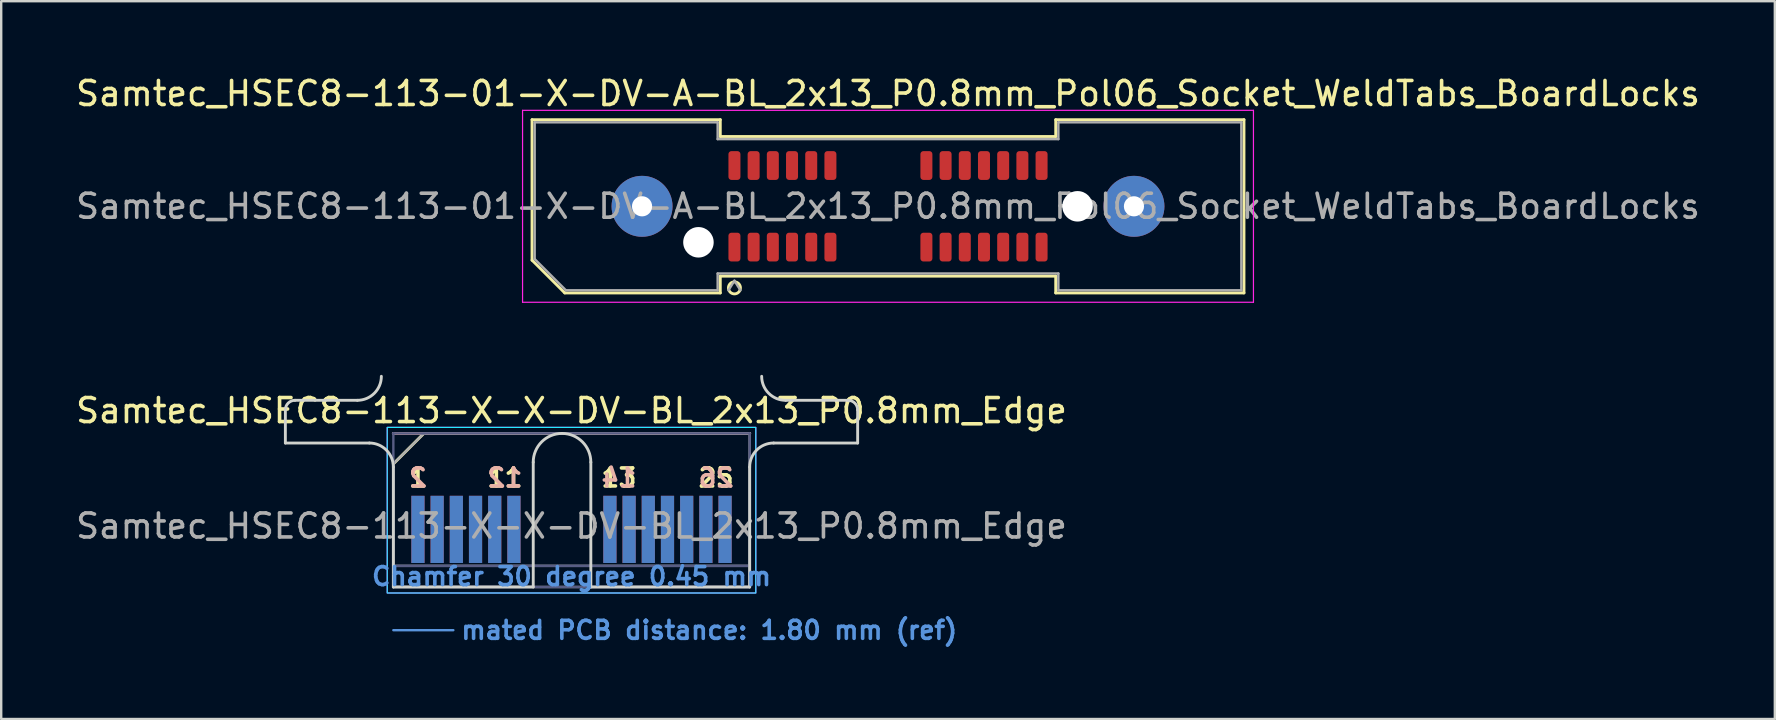
<source format=kicad_pcb>
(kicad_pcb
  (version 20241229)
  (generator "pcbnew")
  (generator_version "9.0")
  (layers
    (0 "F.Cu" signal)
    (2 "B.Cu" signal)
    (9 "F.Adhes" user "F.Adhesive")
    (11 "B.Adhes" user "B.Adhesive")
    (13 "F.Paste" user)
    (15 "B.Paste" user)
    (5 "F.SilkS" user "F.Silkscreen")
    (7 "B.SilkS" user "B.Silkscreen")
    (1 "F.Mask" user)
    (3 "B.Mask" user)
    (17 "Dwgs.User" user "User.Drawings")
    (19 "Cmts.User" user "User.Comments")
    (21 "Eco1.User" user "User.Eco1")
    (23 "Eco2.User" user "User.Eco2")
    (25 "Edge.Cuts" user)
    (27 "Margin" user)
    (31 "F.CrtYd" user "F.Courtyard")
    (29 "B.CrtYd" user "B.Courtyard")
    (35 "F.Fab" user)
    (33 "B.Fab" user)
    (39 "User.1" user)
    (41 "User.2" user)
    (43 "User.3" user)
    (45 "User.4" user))
  (footprint "Samtec_HSEC8-113-01-X-DV-A-BL_2x13_P0.8mm_Pol06_Socket_WeldTabs_BoardLocks"
    (layer "F.Cu")
    (at 33.958 5.548)
    (property "Reference" "Samtec_HSEC8-113-01-X-DV-A-BL_2x13_P0.8mm_Pol06_Socket_WeldTabs_BoardLocks" (at 0 -4.7 0) (layer "F.SilkS") (effects (font (size 1 1) (thickness 0.15))))
    (attr smd)
    (fp_line (start -14.835 -3.61) (end -6.99 -3.61) (stroke (width 0.12) (type solid)) (layer "F.SilkS"))
    (fp_line (start -14.835 2.246) (end -14.835 -3.61) (stroke (width 0.12) (type solid)) (layer "F.SilkS"))
    (fp_line (start -13.471 3.61) (end -14.835 2.246) (stroke (width 0.12) (type solid)) (layer "F.SilkS"))
    (fp_line (start -6.99 -3.61) (end -6.99 -2.91) (stroke (width 0.12) (type solid)) (layer "F.SilkS"))
    (fp_line (start -6.99 -2.91) (end 6.99 -2.91) (stroke (width 0.12) (type solid)) (layer "F.SilkS"))
    (fp_line (start -6.99 2.91) (end -6.99 3.61) (stroke (width 0.12) (type solid)) (layer "F.SilkS"))
    (fp_line (start -6.99 3.61) (end -13.471 3.61) (stroke (width 0.12) (type solid)) (layer "F.SilkS"))
    (fp_line (start 6.99 -3.61) (end 14.835 -3.61) (stroke (width 0.12) (type solid)) (layer "F.SilkS"))
    (fp_line (start 6.99 -2.91) (end 6.99 -3.61) (stroke (width 0.12) (type solid)) (layer "F.SilkS"))
    (fp_line (start 6.99 2.91) (end -6.99 2.91) (stroke (width 0.12) (type solid)) (layer "F.SilkS"))
    (fp_line (start 6.99 3.61) (end 6.99 2.91) (stroke (width 0.12) (type solid)) (layer "F.SilkS"))
    (fp_line (start 14.835 -3.61) (end 14.835 3.61) (stroke (width 0.12) (type solid)) (layer "F.SilkS"))
    (fp_line (start 14.835 3.61) (end 6.99 3.61) (stroke (width 0.12) (type solid)) (layer "F.SilkS"))
    (fp_circle (center -6.4 3.4) (end -6.15 3.4) (stroke (width 0.12) (type solid)) (fill no) (layer "F.SilkS"))
    (fp_line (start -15.23 -4) (end -15.23 4) (stroke (width 0.05) (type solid)) (layer "F.CrtYd"))
    (fp_line (start -15.23 4) (end 15.23 4) (stroke (width 0.05) (type solid)) (layer "F.CrtYd"))
    (fp_line (start 15.23 -4) (end -15.23 -4) (stroke (width 0.05) (type solid)) (layer "F.CrtYd"))
    (fp_line (start 15.23 4) (end 15.23 -4) (stroke (width 0.05) (type solid)) (layer "F.CrtYd"))
    (fp_line (start -14.725 -3.5) (end -7.1 -3.5) (stroke (width 0.1) (type solid)) (layer "F.Fab"))
    (fp_line (start -14.725 2.2) (end -14.725 -3.5) (stroke (width 0.1) (type solid)) (layer "F.Fab"))
    (fp_line (start -13.425 3.5) (end -14.725 2.2) (stroke (width 0.1) (type solid)) (layer "F.Fab"))
    (fp_line (start -7.1 -3.5) (end -7.1 -2.8) (stroke (width 0.1) (type solid)) (layer "F.Fab"))
    (fp_line (start -7.1 -2.8) (end 7.1 -2.8) (stroke (width 0.1) (type solid)) (layer "F.Fab"))
    (fp_line (start -7.1 2.8) (end -7.1 3.5) (stroke (width 0.1) (type solid)) (layer "F.Fab"))
    (fp_line (start -7.1 3.5) (end -13.425 3.5) (stroke (width 0.1) (type solid)) (layer "F.Fab"))
    (fp_line (start -6.4 3.1) (end -6.65 3.5) (stroke (width 0.1) (type solid)) (layer "F.Fab"))
    (fp_line (start -6.4 3.1) (end -6.15 3.5) (stroke (width 0.1) (type solid)) (layer "F.Fab"))
    (fp_line (start 7.1 -3.5) (end 14.725 -3.5) (stroke (width 0.1) (type solid)) (layer "F.Fab"))
    (fp_line (start 7.1 -2.8) (end 7.1 -3.5) (stroke (width 0.1) (type solid)) (layer "F.Fab"))
    (fp_line (start 7.1 2.8) (end -7.1 2.8) (stroke (width 0.1) (type solid)) (layer "F.Fab"))
    (fp_line (start 7.1 3.5) (end 7.1 2.8) (stroke (width 0.1) (type solid)) (layer "F.Fab"))
    (fp_line (start 14.725 -3.5) (end 14.725 3.5) (stroke (width 0.1) (type solid)) (layer "F.Fab"))
    (fp_line (start 14.725 3.5) (end 7.1 3.5) (stroke (width 0.1) (type solid)) (layer "F.Fab"))
    (fp_text user "${REFERENCE}" (at 0 0 0) (layer "F.Fab") (effects (font (size 1 1) (thickness 0.15))))
    (pad "" thru_hole circle (at -10.25 0) (size 2.54 2.54) (drill 0.84) (layers "*.Cu" "*.Mask" "F.Paste"))
    (pad "" np_thru_hole circle (at -7.9 1.5) (size 1.27 1.27) (drill 1.27) (layers "*.Cu" "*.Mask"))
    (pad "" np_thru_hole circle (at 7.9 0) (size 1.27 1.27) (drill 1.27) (layers "*.Cu" "*.Mask"))
    (pad "" thru_hole circle (at 10.25 0) (size 2.54 2.54) (drill 0.84) (layers "*.Cu" "*.Mask" "F.Paste"))
    (pad "1" smd roundrect (at -6.4 1.7) (size 0.5 1.2) (layers "F.Cu" "F.Mask" "F.Paste") (roundrect_rratio 0.25))
    (pad "2" smd roundrect (at -6.4 -1.7) (size 0.5 1.2) (layers "F.Cu" "F.Mask" "F.Paste") (roundrect_rratio 0.25))
    (pad "3" smd roundrect (at -5.6 1.7) (size 0.5 1.2) (layers "F.Cu" "F.Mask" "F.Paste") (roundrect_rratio 0.25))
    (pad "4" smd roundrect (at -5.6 -1.7) (size 0.5 1.2) (layers "F.Cu" "F.Mask" "F.Paste") (roundrect_rratio 0.25))
    (pad "5" smd roundrect (at -4.8 1.7) (size 0.5 1.2) (layers "F.Cu" "F.Mask" "F.Paste") (roundrect_rratio 0.25))
    (pad "6" smd roundrect (at -4.8 -1.7) (size 0.5 1.2) (layers "F.Cu" "F.Mask" "F.Paste") (roundrect_rratio 0.25))
    (pad "7" smd roundrect (at -4 1.7) (size 0.5 1.2) (layers "F.Cu" "F.Mask" "F.Paste") (roundrect_rratio 0.25))
    (pad "8" smd roundrect (at -4 -1.7) (size 0.5 1.2) (layers "F.Cu" "F.Mask" "F.Paste") (roundrect_rratio 0.25))
    (pad "9" smd roundrect (at -3.2 1.7) (size 0.5 1.2) (layers "F.Cu" "F.Mask" "F.Paste") (roundrect_rratio 0.25))
    (pad "10" smd roundrect (at -3.2 -1.7) (size 0.5 1.2) (layers "F.Cu" "F.Mask" "F.Paste") (roundrect_rratio 0.25))
    (pad "11" smd roundrect (at -2.4 1.7) (size 0.5 1.2) (layers "F.Cu" "F.Mask" "F.Paste") (roundrect_rratio 0.25))
    (pad "12" smd roundrect (at -2.4 -1.7) (size 0.5 1.2) (layers "F.Cu" "F.Mask" "F.Paste") (roundrect_rratio 0.25))
    (pad "13" smd roundrect (at 1.6 1.7) (size 0.5 1.2) (layers "F.Cu" "F.Mask" "F.Paste") (roundrect_rratio 0.25))
    (pad "14" smd roundrect (at 1.6 -1.7) (size 0.5 1.2) (layers "F.Cu" "F.Mask" "F.Paste") (roundrect_rratio 0.25))
    (pad "15" smd roundrect (at 2.4 1.7) (size 0.5 1.2) (layers "F.Cu" "F.Mask" "F.Paste") (roundrect_rratio 0.25))
    (pad "16" smd roundrect (at 2.4 -1.7) (size 0.5 1.2) (layers "F.Cu" "F.Mask" "F.Paste") (roundrect_rratio 0.25))
    (pad "17" smd roundrect (at 3.2 1.7) (size 0.5 1.2) (layers "F.Cu" "F.Mask" "F.Paste") (roundrect_rratio 0.25))
    (pad "18" smd roundrect (at 3.2 -1.7) (size 0.5 1.2) (layers "F.Cu" "F.Mask" "F.Paste") (roundrect_rratio 0.25))
    (pad "19" smd roundrect (at 4 1.7) (size 0.5 1.2) (layers "F.Cu" "F.Mask" "F.Paste") (roundrect_rratio 0.25))
    (pad "20" smd roundrect (at 4 -1.7) (size 0.5 1.2) (layers "F.Cu" "F.Mask" "F.Paste") (roundrect_rratio 0.25))
    (pad "21" smd roundrect (at 4.8 1.7) (size 0.5 1.2) (layers "F.Cu" "F.Mask" "F.Paste") (roundrect_rratio 0.25))
    (pad "22" smd roundrect (at 4.8 -1.7) (size 0.5 1.2) (layers "F.Cu" "F.Mask" "F.Paste") (roundrect_rratio 0.25))
    (pad "23" smd roundrect (at 5.6 1.7) (size 0.5 1.2) (layers "F.Cu" "F.Mask" "F.Paste") (roundrect_rratio 0.25))
    (pad "24" smd roundrect (at 5.6 -1.7) (size 0.5 1.2) (layers "F.Cu" "F.Mask" "F.Paste") (roundrect_rratio 0.25))
    (pad "25" smd roundrect (at 6.4 1.7) (size 0.5 1.2) (layers "F.Cu" "F.Mask" "F.Paste") (roundrect_rratio 0.25))
    (pad "26" smd roundrect (at 6.4 -1.7) (size 0.5 1.2) (layers "F.Cu" "F.Mask" "F.Paste") (roundrect_rratio 0.25)))
  (footprint "Samtec_HSEC8-113-X-X-DV-BL_2x13_P0.8mm_Edge"
    (layer "F.Cu")
    (at 20.768 21.413)
    (property "Reference" "Samtec_HSEC8-113-X-X-DV-BL_2x13_P0.8mm_Edge" (at 0 -7.35 0) (layer "F.SilkS") (effects (font (size 1 1) (thickness 0.15))))
    (attr exclude_from_pos_files exclude_from_bom)
    (fp_line (start -7.425 -5.13) (end -6.155 -6.4) (stroke (width 0.12) (type solid)) (layer "F.SilkS"))
    (fp_line (start -6.155 -6.4) (end 7.425 -6.4) (stroke (width 0.12) (type solid)) (layer "F.SilkS"))
    (fp_line (start -7.425 -6.4) (end -7.425 -6.4) (stroke (width 0.12) (type solid)) (layer "B.SilkS"))
    (fp_line (start -7.425 -6.4) (end 7.425 -6.4) (stroke (width 0.12) (type solid)) (layer "B.SilkS"))
    (fp_line (start -7.425 1.8) (end -4.925 1.8) (stroke (width 0.1) (type solid)) (layer "Cmts.User"))
    (fp_line (start -11.925 -6) (end -11.925 -7.38) (stroke (width 0.12) (type solid)) (layer "Edge.Cuts"))
    (fp_line (start -11.525 -7.78) (end -8.925 -7.78) (stroke (width 0.12) (type solid)) (layer "Edge.Cuts"))
    (fp_line (start -8.425 -6) (end -11.925 -6) (stroke (width 0.12) (type solid)) (layer "Edge.Cuts"))
    (fp_line (start -7.425 -5) (end -7.425 0) (stroke (width 0.12) (type solid)) (layer "Edge.Cuts"))
    (fp_line (start -7.425 0) (end -1.595 0) (stroke (width 0.12) (type solid)) (layer "Edge.Cuts"))
    (fp_line (start -1.595 0) (end -1.595 -5.2) (stroke (width 0.12) (type solid)) (layer "Edge.Cuts"))
    (fp_line (start 0.805 -5.2) (end 0.805 0) (stroke (width 0.12) (type solid)) (layer "Edge.Cuts"))
    (fp_line (start 0.805 0) (end 7.425 0) (stroke (width 0.12) (type solid)) (layer "Edge.Cuts"))
    (fp_line (start 7.425 0) (end 7.425 -5) (stroke (width 0.12) (type solid)) (layer "Edge.Cuts"))
    (fp_line (start 8.425 -6) (end 11.925 -6) (stroke (width 0.12) (type solid)) (layer "Edge.Cuts"))
    (fp_line (start 11.525 -7.78) (end 8.925 -7.78) (stroke (width 0.12) (type solid)) (layer "Edge.Cuts"))
    (fp_line (start 11.925 -6) (end 11.925 -7.38) (stroke (width 0.12) (type solid)) (layer "Edge.Cuts"))
    (fp_arc (start -11.925 -7.38) (mid -11.807843 -7.662843) (end -11.525 -7.78) (stroke (width 0.12) (type solid)) (layer "Edge.Cuts"))
    (fp_arc (start -8.425 -6) (mid -7.717893 -5.707107) (end -7.425 -5) (stroke (width 0.12) (type solid)) (layer "Edge.Cuts"))
    (fp_arc (start -7.925 -8.78) (mid -8.217893 -8.072893) (end -8.925 -7.78) (stroke (width 0.12) (type solid)) (layer "Edge.Cuts"))
    (fp_arc (start -1.595 -5.2) (mid -0.395 -6.4) (end 0.805 -5.2) (stroke (width 0.12) (type solid)) (layer "Edge.Cuts"))
    (fp_arc (start 7.425 -5) (mid 7.717893 -5.707107) (end 8.425 -6) (stroke (width 0.12) (type solid)) (layer "Edge.Cuts"))
    (fp_arc (start 8.925 -7.78) (mid 8.217893 -8.072893) (end 7.925 -8.78) (stroke (width 0.12) (type solid)) (layer "Edge.Cuts"))
    (fp_arc (start 11.525 -7.78) (mid 11.807843 -7.662843) (end 11.925 -7.38) (stroke (width 0.12) (type solid)) (layer "Edge.Cuts"))
    (fp_rect (start -7.68 -6.65) (end 7.68 0.25) (stroke (width 0.05) (type solid)) (fill no) (layer "B.CrtYd"))
    (fp_rect (start -7.68 -6.65) (end 7.68 0.25) (stroke (width 0.05) (type solid)) (fill no) (layer "F.CrtYd"))
    (fp_line (start -7.425 -6.4) (end -7.425 -6.4) (stroke (width 0.1) (type solid)) (layer "B.Fab"))
    (fp_line (start -7.425 -6.4) (end -7.425 0) (stroke (width 0.1) (type solid)) (layer "B.Fab"))
    (fp_line (start -7.425 -6.4) (end 7.425 -6.4) (stroke (width 0.1) (type solid)) (layer "B.Fab"))
    (fp_line (start -7.425 -0.88) (end 7.425 -0.88) (stroke (width 0.1) (type solid)) (layer "B.Fab"))
    (fp_line (start -7.425 0) (end 7.425 0) (stroke (width 0.1) (type solid)) (layer "B.Fab"))
    (fp_line (start 7.425 -6.4) (end 7.425 0) (stroke (width 0.1) (type solid)) (layer "B.Fab"))
    (fp_line (start -7.425 -5.13) (end -7.425 0) (stroke (width 0.1) (type solid)) (layer "F.Fab"))
    (fp_line (start -7.425 -5.13) (end -6.155 -6.4) (stroke (width 0.1) (type solid)) (layer "F.Fab"))
    (fp_line (start -7.425 -0.88) (end 7.425 -0.88) (stroke (width 0.1) (type solid)) (layer "F.Fab"))
    (fp_line (start -7.425 0) (end 7.425 0) (stroke (width 0.1) (type solid)) (layer "F.Fab"))
    (fp_line (start -6.155 -6.4) (end 7.425 -6.4) (stroke (width 0.1) (type solid)) (layer "F.Fab"))
    (fp_line (start 7.425 -6.4) (end 7.425 0) (stroke (width 0.1) (type solid)) (layer "F.Fab"))
    (fp_text user "13" (at 1.975 -4.55 0) (layer "F.SilkS") (effects (font (size 0.75 0.75) (thickness 0.15))))
    (fp_text user "11" (at -2.775 -4.55 0) (layer "F.SilkS") (effects (font (size 0.75 0.75) (thickness 0.15))))
    (fp_text user "25" (at 6.025 -4.55 0) (layer "F.SilkS") (effects (font (size 0.75 0.75) (thickness 0.15))))
    (fp_text user "1" (at -6.4 -4.55 0) (layer "F.SilkS") (effects (font (size 0.75 0.75) (thickness 0.15))))
    (fp_text user "26" (at 6.025 -4.55 0) (layer "B.SilkS") (effects (font (size 0.75 0.75) (thickness 0.15)) (justify mirror)))
    (fp_text user "12" (at -2.775 -4.55 0) (layer "B.SilkS") (effects (font (size 0.75 0.75) (thickness 0.15)) (justify mirror)))
    (fp_text user "2" (at -6.4 -4.55 0) (layer "B.SilkS") (effects (font (size 0.75 0.75) (thickness 0.15)) (justify mirror)))
    (fp_text user "14" (at 1.975 -4.55 0) (layer "B.SilkS") (effects (font (size 0.75 0.75) (thickness 0.15)) (justify mirror)))
    (fp_text user "Chamfer 30 degree 0.45 mm" (at 0 -0.44 0) (layer "Cmts.User") (effects (font (size 0.75 0.75) (thickness 0.15))))
    (fp_text user "mated PCB distance: 1.80 mm (ref)" (at -4.68 1.8 0) (layer "Cmts.User") (effects (font (size 0.75 0.75) (thickness 0.15)) (justify left)))
    (fp_text user "${REFERENCE}" (at 0 -2.54 0) (layer "F.Fab") (effects (font (size 1 1) (thickness 0.15))))
    (pad "1" connect rect (at -6.4 -2.4) (size 0.55 2.8) (layers "F.Cu" "F.Mask"))
    (pad "2" connect rect (at -6.4 -2.4) (size 0.55 2.8) (layers "B.Cu" "B.Mask"))
    (pad "3" connect rect (at -5.6 -2.4) (size 0.55 2.8) (layers "F.Cu" "F.Mask"))
    (pad "4" connect rect (at -5.6 -2.4) (size 0.55 2.8) (layers "B.Cu" "B.Mask"))
    (pad "5" connect rect (at -4.8 -2.4) (size 0.55 2.8) (layers "F.Cu" "F.Mask"))
    (pad "6" connect rect (at -4.8 -2.4) (size 0.55 2.8) (layers "B.Cu" "B.Mask"))
    (pad "7" connect rect (at -4 -2.4) (size 0.55 2.8) (layers "F.Cu" "F.Mask"))
    (pad "8" connect rect (at -4 -2.4) (size 0.55 2.8) (layers "B.Cu" "B.Mask"))
    (pad "9" connect rect (at -3.2 -2.4) (size 0.55 2.8) (layers "F.Cu" "F.Mask"))
    (pad "10" connect rect (at -3.2 -2.4) (size 0.55 2.8) (layers "B.Cu" "B.Mask"))
    (pad "11" connect rect (at -2.4 -2.4) (size 0.55 2.8) (layers "F.Cu" "F.Mask"))
    (pad "12" connect rect (at -2.4 -2.4) (size 0.55 2.8) (layers "B.Cu" "B.Mask"))
    (pad "13" connect rect (at 1.6 -2.4) (size 0.55 2.8) (layers "F.Cu" "F.Mask"))
    (pad "14" connect rect (at 1.6 -2.4) (size 0.55 2.8) (layers "B.Cu" "B.Mask"))
    (pad "15" connect rect (at 2.4 -2.4) (size 0.55 2.8) (layers "F.Cu" "F.Mask"))
    (pad "16" connect rect (at 2.4 -2.4) (size 0.55 2.8) (layers "B.Cu" "B.Mask"))
    (pad "17" connect rect (at 3.2 -2.4) (size 0.55 2.8) (layers "F.Cu" "F.Mask"))
    (pad "18" connect rect (at 3.2 -2.4) (size 0.55 2.8) (layers "B.Cu" "B.Mask"))
    (pad "19" connect rect (at 4 -2.4) (size 0.55 2.8) (layers "F.Cu" "F.Mask"))
    (pad "20" connect rect (at 4 -2.4) (size 0.55 2.8) (layers "B.Cu" "B.Mask"))
    (pad "21" connect rect (at 4.8 -2.4) (size 0.55 2.8) (layers "F.Cu" "F.Mask"))
    (pad "22" connect rect (at 4.8 -2.4) (size 0.55 2.8) (layers "B.Cu" "B.Mask"))
    (pad "23" connect rect (at 5.6 -2.4) (size 0.55 2.8) (layers "F.Cu" "F.Mask"))
    (pad "24" connect rect (at 5.6 -2.4) (size 0.55 2.8) (layers "B.Cu" "B.Mask"))
    (pad "25" connect rect (at 6.4 -2.4) (size 0.55 2.8) (layers "F.Cu" "F.Mask"))
    (pad "26" connect rect (at 6.4 -2.4) (size 0.55 2.8) (layers "B.Cu" "B.Mask")))
  (gr_rect
    (start -3 -3)
    (end 70.917 26.915)
    (stroke (width 0.1) (type default))
    (fill no)
    (layer "Edge.Cuts")))
</source>
